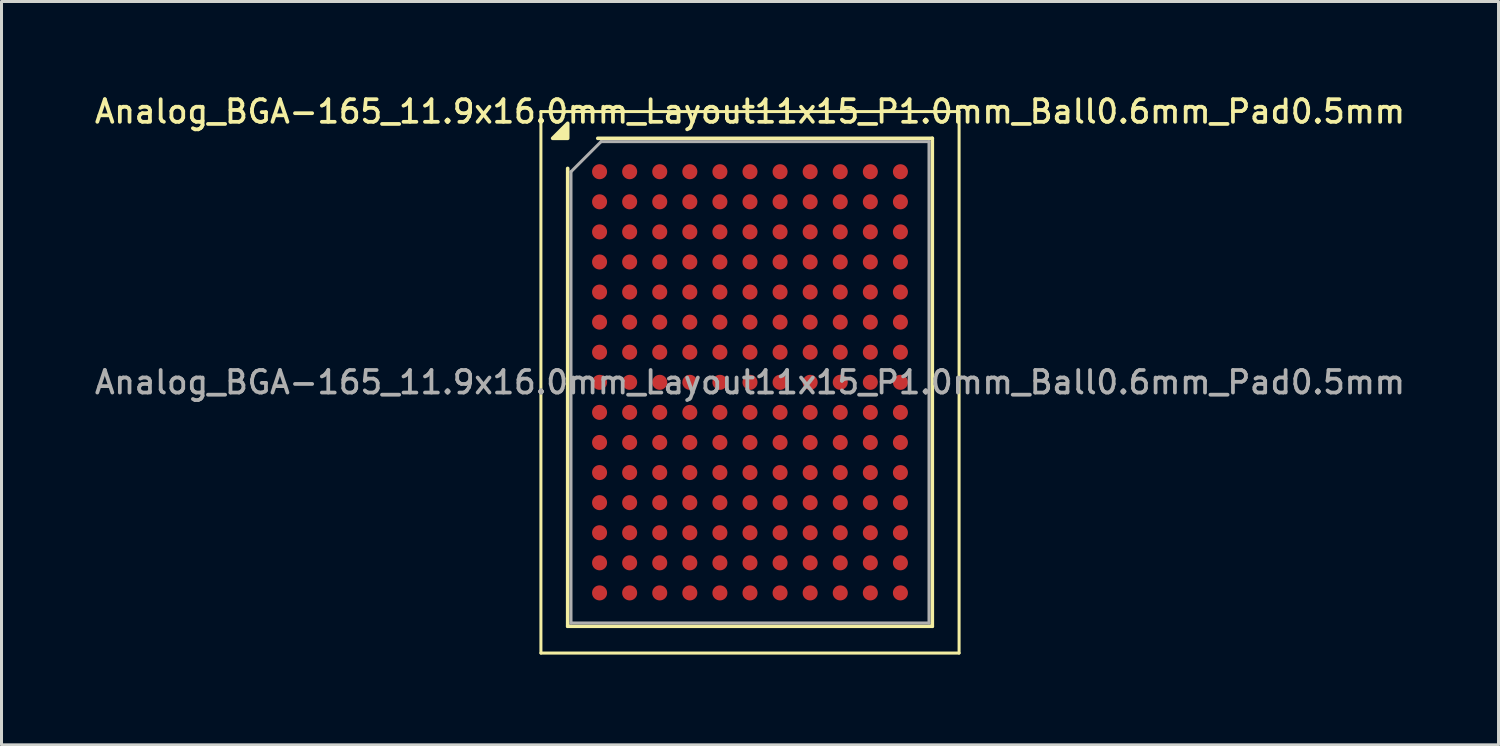
<source format=kicad_pcb>
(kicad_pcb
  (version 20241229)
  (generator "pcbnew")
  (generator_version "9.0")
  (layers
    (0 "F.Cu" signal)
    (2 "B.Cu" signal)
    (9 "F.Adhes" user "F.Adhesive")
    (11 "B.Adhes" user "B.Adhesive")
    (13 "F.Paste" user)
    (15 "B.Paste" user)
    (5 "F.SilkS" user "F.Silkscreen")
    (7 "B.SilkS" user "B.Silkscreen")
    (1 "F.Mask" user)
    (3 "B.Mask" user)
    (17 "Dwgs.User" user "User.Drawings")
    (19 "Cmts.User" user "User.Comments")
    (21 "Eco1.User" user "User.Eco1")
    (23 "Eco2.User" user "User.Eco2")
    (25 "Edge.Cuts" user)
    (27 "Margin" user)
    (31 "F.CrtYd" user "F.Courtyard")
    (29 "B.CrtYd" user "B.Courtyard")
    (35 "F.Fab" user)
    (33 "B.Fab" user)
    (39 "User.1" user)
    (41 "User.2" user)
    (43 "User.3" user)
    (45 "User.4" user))
  (footprint "Analog_BGA-165_11.9x16.0mm_Layout11x15_P1.0mm_Ball0.6mm_Pad0.5mm"
    (layer "F.Cu")
    (at 21.88 9.658)
    (property "Reference" "Analog_BGA-165_11.9x16.0mm_Layout11x15_P1.0mm_Ball0.6mm_Pad0.5mm" (at 0 -9 0) (layer "F.SilkS") (effects (font (size 0.75 0.75) (thickness 0.125))))
    (attr smd)
    (fp_line (start -6.95 -9) (end -6.95 9) (stroke (width 0.1) (type solid)) (layer "F.SilkS"))
    (fp_line (start -6.95 9) (end 6.95 9) (stroke (width 0.1) (type solid)) (layer "F.SilkS"))
    (fp_line (start -6.06 8.11) (end -6.06 -7.11) (stroke (width 0.12) (type solid)) (layer "F.SilkS"))
    (fp_line (start -5.06 -8.11) (end 6.06 -8.11) (stroke (width 0.12) (type solid)) (layer "F.SilkS"))
    (fp_line (start 6.06 -8.11) (end 6.06 8.11) (stroke (width 0.12) (type solid)) (layer "F.SilkS"))
    (fp_line (start 6.06 8.11) (end -6.06 8.11) (stroke (width 0.12) (type solid)) (layer "F.SilkS"))
    (fp_line (start 6.95 -9) (end -6.95 -9) (stroke (width 0.1) (type solid)) (layer "F.SilkS"))
    (fp_line (start 6.95 9) (end 6.95 -9) (stroke (width 0.1) (type solid)) (layer "F.SilkS"))
    (fp_poly (pts (xy -6.06 -8.11) (xy -6.56 -8.11) (xy -6.06 -8.61) (xy -6.06 -8.11)) (stroke (width 0.12) (type solid)) (fill yes) (layer "F.SilkS"))
    (fp_line (start -5.95 -7) (end -4.95 -8) (stroke (width 0.1) (type solid)) (layer "F.Fab"))
    (fp_line (start -5.95 8) (end -5.95 -7) (stroke (width 0.1) (type solid)) (layer "F.Fab"))
    (fp_line (start -4.95 -8) (end 5.95 -8) (stroke (width 0.1) (type solid)) (layer "F.Fab"))
    (fp_line (start 5.95 -8) (end 5.95 8) (stroke (width 0.1) (type solid)) (layer "F.Fab"))
    (fp_line (start 5.95 8) (end -5.95 8) (stroke (width 0.1) (type solid)) (layer "F.Fab"))
    (fp_text user "${REFERENCE}" (at 0 0 0) (layer "F.Fab") (effects (font (size 0.75 0.75) (thickness 0.125))))
    (pad "A1" smd circle (at -5 -7) (size 0.5 0.5) (property pad_prop_bga) (layers "F.Cu" "F.Mask" "F.Paste"))
    (pad "A2" smd circle (at -4 -7) (size 0.5 0.5) (property pad_prop_bga) (layers "F.Cu" "F.Mask" "F.Paste"))
    (pad "A3" smd circle (at -3 -7) (size 0.5 0.5) (property pad_prop_bga) (layers "F.Cu" "F.Mask" "F.Paste"))
    (pad "A4" smd circle (at -2 -7) (size 0.5 0.5) (property pad_prop_bga) (layers "F.Cu" "F.Mask" "F.Paste"))
    (pad "A5" smd circle (at -1 -7) (size 0.5 0.5) (property pad_prop_bga) (layers "F.Cu" "F.Mask" "F.Paste"))
    (pad "A6" smd circle (at 0 -7) (size 0.5 0.5) (property pad_prop_bga) (layers "F.Cu" "F.Mask" "F.Paste"))
    (pad "A7" smd circle (at 1 -7) (size 0.5 0.5) (property pad_prop_bga) (layers "F.Cu" "F.Mask" "F.Paste"))
    (pad "A8" smd circle (at 2 -7) (size 0.5 0.5) (property pad_prop_bga) (layers "F.Cu" "F.Mask" "F.Paste"))
    (pad "A9" smd circle (at 3 -7) (size 0.5 0.5) (property pad_prop_bga) (layers "F.Cu" "F.Mask" "F.Paste"))
    (pad "A10" smd circle (at 4 -7) (size 0.5 0.5) (property pad_prop_bga) (layers "F.Cu" "F.Mask" "F.Paste"))
    (pad "A11" smd circle (at 5 -7) (size 0.5 0.5) (property pad_prop_bga) (layers "F.Cu" "F.Mask" "F.Paste"))
    (pad "B1" smd circle (at -5 -6) (size 0.5 0.5) (property pad_prop_bga) (layers "F.Cu" "F.Mask" "F.Paste"))
    (pad "B2" smd circle (at -4 -6) (size 0.5 0.5) (property pad_prop_bga) (layers "F.Cu" "F.Mask" "F.Paste"))
    (pad "B3" smd circle (at -3 -6) (size 0.5 0.5) (property pad_prop_bga) (layers "F.Cu" "F.Mask" "F.Paste"))
    (pad "B4" smd circle (at -2 -6) (size 0.5 0.5) (property pad_prop_bga) (layers "F.Cu" "F.Mask" "F.Paste"))
    (pad "B5" smd circle (at -1 -6) (size 0.5 0.5) (property pad_prop_bga) (layers "F.Cu" "F.Mask" "F.Paste"))
    (pad "B6" smd circle (at 0 -6) (size 0.5 0.5) (property pad_prop_bga) (layers "F.Cu" "F.Mask" "F.Paste"))
    (pad "B7" smd circle (at 1 -6) (size 0.5 0.5) (property pad_prop_bga) (layers "F.Cu" "F.Mask" "F.Paste"))
    (pad "B8" smd circle (at 2 -6) (size 0.5 0.5) (property pad_prop_bga) (layers "F.Cu" "F.Mask" "F.Paste"))
    (pad "B9" smd circle (at 3 -6) (size 0.5 0.5) (property pad_prop_bga) (layers "F.Cu" "F.Mask" "F.Paste"))
    (pad "B10" smd circle (at 4 -6) (size 0.5 0.5) (property pad_prop_bga) (layers "F.Cu" "F.Mask" "F.Paste"))
    (pad "B11" smd circle (at 5 -6) (size 0.5 0.5) (property pad_prop_bga) (layers "F.Cu" "F.Mask" "F.Paste"))
    (pad "C1" smd circle (at -5 -5) (size 0.5 0.5) (property pad_prop_bga) (layers "F.Cu" "F.Mask" "F.Paste"))
    (pad "C2" smd circle (at -4 -5) (size 0.5 0.5) (property pad_prop_bga) (layers "F.Cu" "F.Mask" "F.Paste"))
    (pad "C3" smd circle (at -3 -5) (size 0.5 0.5) (property pad_prop_bga) (layers "F.Cu" "F.Mask" "F.Paste"))
    (pad "C4" smd circle (at -2 -5) (size 0.5 0.5) (property pad_prop_bga) (layers "F.Cu" "F.Mask" "F.Paste"))
    (pad "C5" smd circle (at -1 -5) (size 0.5 0.5) (property pad_prop_bga) (layers "F.Cu" "F.Mask" "F.Paste"))
    (pad "C6" smd circle (at 0 -5) (size 0.5 0.5) (property pad_prop_bga) (layers "F.Cu" "F.Mask" "F.Paste"))
    (pad "C7" smd circle (at 1 -5) (size 0.5 0.5) (property pad_prop_bga) (layers "F.Cu" "F.Mask" "F.Paste"))
    (pad "C8" smd circle (at 2 -5) (size 0.5 0.5) (property pad_prop_bga) (layers "F.Cu" "F.Mask" "F.Paste"))
    (pad "C9" smd circle (at 3 -5) (size 0.5 0.5) (property pad_prop_bga) (layers "F.Cu" "F.Mask" "F.Paste"))
    (pad "C10" smd circle (at 4 -5) (size 0.5 0.5) (property pad_prop_bga) (layers "F.Cu" "F.Mask" "F.Paste"))
    (pad "C11" smd circle (at 5 -5) (size 0.5 0.5) (property pad_prop_bga) (layers "F.Cu" "F.Mask" "F.Paste"))
    (pad "D1" smd circle (at -5 -4) (size 0.5 0.5) (property pad_prop_bga) (layers "F.Cu" "F.Mask" "F.Paste"))
    (pad "D2" smd circle (at -4 -4) (size 0.5 0.5) (property pad_prop_bga) (layers "F.Cu" "F.Mask" "F.Paste"))
    (pad "D3" smd circle (at -3 -4) (size 0.5 0.5) (property pad_prop_bga) (layers "F.Cu" "F.Mask" "F.Paste"))
    (pad "D4" smd circle (at -2 -4) (size 0.5 0.5) (property pad_prop_bga) (layers "F.Cu" "F.Mask" "F.Paste"))
    (pad "D5" smd circle (at -1 -4) (size 0.5 0.5) (property pad_prop_bga) (layers "F.Cu" "F.Mask" "F.Paste"))
    (pad "D6" smd circle (at 0 -4) (size 0.5 0.5) (property pad_prop_bga) (layers "F.Cu" "F.Mask" "F.Paste"))
    (pad "D7" smd circle (at 1 -4) (size 0.5 0.5) (property pad_prop_bga) (layers "F.Cu" "F.Mask" "F.Paste"))
    (pad "D8" smd circle (at 2 -4) (size 0.5 0.5) (property pad_prop_bga) (layers "F.Cu" "F.Mask" "F.Paste"))
    (pad "D9" smd circle (at 3 -4) (size 0.5 0.5) (property pad_prop_bga) (layers "F.Cu" "F.Mask" "F.Paste"))
    (pad "D10" smd circle (at 4 -4) (size 0.5 0.5) (property pad_prop_bga) (layers "F.Cu" "F.Mask" "F.Paste"))
    (pad "D11" smd circle (at 5 -4) (size 0.5 0.5) (property pad_prop_bga) (layers "F.Cu" "F.Mask" "F.Paste"))
    (pad "E1" smd circle (at -5 -3) (size 0.5 0.5) (property pad_prop_bga) (layers "F.Cu" "F.Mask" "F.Paste"))
    (pad "E2" smd circle (at -4 -3) (size 0.5 0.5) (property pad_prop_bga) (layers "F.Cu" "F.Mask" "F.Paste"))
    (pad "E3" smd circle (at -3 -3) (size 0.5 0.5) (property pad_prop_bga) (layers "F.Cu" "F.Mask" "F.Paste"))
    (pad "E4" smd circle (at -2 -3) (size 0.5 0.5) (property pad_prop_bga) (layers "F.Cu" "F.Mask" "F.Paste"))
    (pad "E5" smd circle (at -1 -3) (size 0.5 0.5) (property pad_prop_bga) (layers "F.Cu" "F.Mask" "F.Paste"))
    (pad "E6" smd circle (at 0 -3) (size 0.5 0.5) (property pad_prop_bga) (layers "F.Cu" "F.Mask" "F.Paste"))
    (pad "E7" smd circle (at 1 -3) (size 0.5 0.5) (property pad_prop_bga) (layers "F.Cu" "F.Mask" "F.Paste"))
    (pad "E8" smd circle (at 2 -3) (size 0.5 0.5) (property pad_prop_bga) (layers "F.Cu" "F.Mask" "F.Paste"))
    (pad "E9" smd circle (at 3 -3) (size 0.5 0.5) (property pad_prop_bga) (layers "F.Cu" "F.Mask" "F.Paste"))
    (pad "E10" smd circle (at 4 -3) (size 0.5 0.5) (property pad_prop_bga) (layers "F.Cu" "F.Mask" "F.Paste"))
    (pad "E11" smd circle (at 5 -3) (size 0.5 0.5) (property pad_prop_bga) (layers "F.Cu" "F.Mask" "F.Paste"))
    (pad "F1" smd circle (at -5 -2) (size 0.5 0.5) (property pad_prop_bga) (layers "F.Cu" "F.Mask" "F.Paste"))
    (pad "F2" smd circle (at -4 -2) (size 0.5 0.5) (property pad_prop_bga) (layers "F.Cu" "F.Mask" "F.Paste"))
    (pad "F3" smd circle (at -3 -2) (size 0.5 0.5) (property pad_prop_bga) (layers "F.Cu" "F.Mask" "F.Paste"))
    (pad "F4" smd circle (at -2 -2) (size 0.5 0.5) (property pad_prop_bga) (layers "F.Cu" "F.Mask" "F.Paste"))
    (pad "F5" smd circle (at -1 -2) (size 0.5 0.5) (property pad_prop_bga) (layers "F.Cu" "F.Mask" "F.Paste"))
    (pad "F6" smd circle (at 0 -2) (size 0.5 0.5) (property pad_prop_bga) (layers "F.Cu" "F.Mask" "F.Paste"))
    (pad "F7" smd circle (at 1 -2) (size 0.5 0.5) (property pad_prop_bga) (layers "F.Cu" "F.Mask" "F.Paste"))
    (pad "F8" smd circle (at 2 -2) (size 0.5 0.5) (property pad_prop_bga) (layers "F.Cu" "F.Mask" "F.Paste"))
    (pad "F9" smd circle (at 3 -2) (size 0.5 0.5) (property pad_prop_bga) (layers "F.Cu" "F.Mask" "F.Paste"))
    (pad "F10" smd circle (at 4 -2) (size 0.5 0.5) (property pad_prop_bga) (layers "F.Cu" "F.Mask" "F.Paste"))
    (pad "F11" smd circle (at 5 -2) (size 0.5 0.5) (property pad_prop_bga) (layers "F.Cu" "F.Mask" "F.Paste"))
    (pad "G1" smd circle (at -5 -1) (size 0.5 0.5) (property pad_prop_bga) (layers "F.Cu" "F.Mask" "F.Paste"))
    (pad "G2" smd circle (at -4 -1) (size 0.5 0.5) (property pad_prop_bga) (layers "F.Cu" "F.Mask" "F.Paste"))
    (pad "G3" smd circle (at -3 -1) (size 0.5 0.5) (property pad_prop_bga) (layers "F.Cu" "F.Mask" "F.Paste"))
    (pad "G4" smd circle (at -2 -1) (size 0.5 0.5) (property pad_prop_bga) (layers "F.Cu" "F.Mask" "F.Paste"))
    (pad "G5" smd circle (at -1 -1) (size 0.5 0.5) (property pad_prop_bga) (layers "F.Cu" "F.Mask" "F.Paste"))
    (pad "G6" smd circle (at 0 -1) (size 0.5 0.5) (property pad_prop_bga) (layers "F.Cu" "F.Mask" "F.Paste"))
    (pad "G7" smd circle (at 1 -1) (size 0.5 0.5) (property pad_prop_bga) (layers "F.Cu" "F.Mask" "F.Paste"))
    (pad "G8" smd circle (at 2 -1) (size 0.5 0.5) (property pad_prop_bga) (layers "F.Cu" "F.Mask" "F.Paste"))
    (pad "G9" smd circle (at 3 -1) (size 0.5 0.5) (property pad_prop_bga) (layers "F.Cu" "F.Mask" "F.Paste"))
    (pad "G10" smd circle (at 4 -1) (size 0.5 0.5) (property pad_prop_bga) (layers "F.Cu" "F.Mask" "F.Paste"))
    (pad "G11" smd circle (at 5 -1) (size 0.5 0.5) (property pad_prop_bga) (layers "F.Cu" "F.Mask" "F.Paste"))
    (pad "H1" smd circle (at -5 0) (size 0.5 0.5) (property pad_prop_bga) (layers "F.Cu" "F.Mask" "F.Paste"))
    (pad "H2" smd circle (at -4 0) (size 0.5 0.5) (property pad_prop_bga) (layers "F.Cu" "F.Mask" "F.Paste"))
    (pad "H3" smd circle (at -3 0) (size 0.5 0.5) (property pad_prop_bga) (layers "F.Cu" "F.Mask" "F.Paste"))
    (pad "H4" smd circle (at -2 0) (size 0.5 0.5) (property pad_prop_bga) (layers "F.Cu" "F.Mask" "F.Paste"))
    (pad "H5" smd circle (at -1 0) (size 0.5 0.5) (property pad_prop_bga) (layers "F.Cu" "F.Mask" "F.Paste"))
    (pad "H6" smd circle (at 0 0) (size 0.5 0.5) (property pad_prop_bga) (layers "F.Cu" "F.Mask" "F.Paste"))
    (pad "H7" smd circle (at 1 0) (size 0.5 0.5) (property pad_prop_bga) (layers "F.Cu" "F.Mask" "F.Paste"))
    (pad "H8" smd circle (at 2 0) (size 0.5 0.5) (property pad_prop_bga) (layers "F.Cu" "F.Mask" "F.Paste"))
    (pad "H9" smd circle (at 3 0) (size 0.5 0.5) (property pad_prop_bga) (layers "F.Cu" "F.Mask" "F.Paste"))
    (pad "H10" smd circle (at 4 0) (size 0.5 0.5) (property pad_prop_bga) (layers "F.Cu" "F.Mask" "F.Paste"))
    (pad "H11" smd circle (at 5 0) (size 0.5 0.5) (property pad_prop_bga) (layers "F.Cu" "F.Mask" "F.Paste"))
    (pad "J1" smd circle (at -5 1) (size 0.5 0.5) (property pad_prop_bga) (layers "F.Cu" "F.Mask" "F.Paste"))
    (pad "J2" smd circle (at -4 1) (size 0.5 0.5) (property pad_prop_bga) (layers "F.Cu" "F.Mask" "F.Paste"))
    (pad "J3" smd circle (at -3 1) (size 0.5 0.5) (property pad_prop_bga) (layers "F.Cu" "F.Mask" "F.Paste"))
    (pad "J4" smd circle (at -2 1) (size 0.5 0.5) (property pad_prop_bga) (layers "F.Cu" "F.Mask" "F.Paste"))
    (pad "J5" smd circle (at -1 1) (size 0.5 0.5) (property pad_prop_bga) (layers "F.Cu" "F.Mask" "F.Paste"))
    (pad "J6" smd circle (at 0 1) (size 0.5 0.5) (property pad_prop_bga) (layers "F.Cu" "F.Mask" "F.Paste"))
    (pad "J7" smd circle (at 1 1) (size 0.5 0.5) (property pad_prop_bga) (layers "F.Cu" "F.Mask" "F.Paste"))
    (pad "J8" smd circle (at 2 1) (size 0.5 0.5) (property pad_prop_bga) (layers "F.Cu" "F.Mask" "F.Paste"))
    (pad "J9" smd circle (at 3 1) (size 0.5 0.5) (property pad_prop_bga) (layers "F.Cu" "F.Mask" "F.Paste"))
    (pad "J10" smd circle (at 4 1) (size 0.5 0.5) (property pad_prop_bga) (layers "F.Cu" "F.Mask" "F.Paste"))
    (pad "J11" smd circle (at 5 1) (size 0.5 0.5) (property pad_prop_bga) (layers "F.Cu" "F.Mask" "F.Paste"))
    (pad "K1" smd circle (at -5 2) (size 0.5 0.5) (property pad_prop_bga) (layers "F.Cu" "F.Mask" "F.Paste"))
    (pad "K2" smd circle (at -4 2) (size 0.5 0.5) (property pad_prop_bga) (layers "F.Cu" "F.Mask" "F.Paste"))
    (pad "K3" smd circle (at -3 2) (size 0.5 0.5) (property pad_prop_bga) (layers "F.Cu" "F.Mask" "F.Paste"))
    (pad "K4" smd circle (at -2 2) (size 0.5 0.5) (property pad_prop_bga) (layers "F.Cu" "F.Mask" "F.Paste"))
    (pad "K5" smd circle (at -1 2) (size 0.5 0.5) (property pad_prop_bga) (layers "F.Cu" "F.Mask" "F.Paste"))
    (pad "K6" smd circle (at 0 2) (size 0.5 0.5) (property pad_prop_bga) (layers "F.Cu" "F.Mask" "F.Paste"))
    (pad "K7" smd circle (at 1 2) (size 0.5 0.5) (property pad_prop_bga) (layers "F.Cu" "F.Mask" "F.Paste"))
    (pad "K8" smd circle (at 2 2) (size 0.5 0.5) (property pad_prop_bga) (layers "F.Cu" "F.Mask" "F.Paste"))
    (pad "K9" smd circle (at 3 2) (size 0.5 0.5) (property pad_prop_bga) (layers "F.Cu" "F.Mask" "F.Paste"))
    (pad "K10" smd circle (at 4 2) (size 0.5 0.5) (property pad_prop_bga) (layers "F.Cu" "F.Mask" "F.Paste"))
    (pad "K11" smd circle (at 5 2) (size 0.5 0.5) (property pad_prop_bga) (layers "F.Cu" "F.Mask" "F.Paste"))
    (pad "L1" smd circle (at -5 3) (size 0.5 0.5) (property pad_prop_bga) (layers "F.Cu" "F.Mask" "F.Paste"))
    (pad "L2" smd circle (at -4 3) (size 0.5 0.5) (property pad_prop_bga) (layers "F.Cu" "F.Mask" "F.Paste"))
    (pad "L3" smd circle (at -3 3) (size 0.5 0.5) (property pad_prop_bga) (layers "F.Cu" "F.Mask" "F.Paste"))
    (pad "L4" smd circle (at -2 3) (size 0.5 0.5) (property pad_prop_bga) (layers "F.Cu" "F.Mask" "F.Paste"))
    (pad "L5" smd circle (at -1 3) (size 0.5 0.5) (property pad_prop_bga) (layers "F.Cu" "F.Mask" "F.Paste"))
    (pad "L6" smd circle (at 0 3) (size 0.5 0.5) (property pad_prop_bga) (layers "F.Cu" "F.Mask" "F.Paste"))
    (pad "L7" smd circle (at 1 3) (size 0.5 0.5) (property pad_prop_bga) (layers "F.Cu" "F.Mask" "F.Paste"))
    (pad "L8" smd circle (at 2 3) (size 0.5 0.5) (property pad_prop_bga) (layers "F.Cu" "F.Mask" "F.Paste"))
    (pad "L9" smd circle (at 3 3) (size 0.5 0.5) (property pad_prop_bga) (layers "F.Cu" "F.Mask" "F.Paste"))
    (pad "L10" smd circle (at 4 3) (size 0.5 0.5) (property pad_prop_bga) (layers "F.Cu" "F.Mask" "F.Paste"))
    (pad "L11" smd circle (at 5 3) (size 0.5 0.5) (property pad_prop_bga) (layers "F.Cu" "F.Mask" "F.Paste"))
    (pad "M1" smd circle (at -5 4) (size 0.5 0.5) (property pad_prop_bga) (layers "F.Cu" "F.Mask" "F.Paste"))
    (pad "M2" smd circle (at -4 4) (size 0.5 0.5) (property pad_prop_bga) (layers "F.Cu" "F.Mask" "F.Paste"))
    (pad "M3" smd circle (at -3 4) (size 0.5 0.5) (property pad_prop_bga) (layers "F.Cu" "F.Mask" "F.Paste"))
    (pad "M4" smd circle (at -2 4) (size 0.5 0.5) (property pad_prop_bga) (layers "F.Cu" "F.Mask" "F.Paste"))
    (pad "M5" smd circle (at -1 4) (size 0.5 0.5) (property pad_prop_bga) (layers "F.Cu" "F.Mask" "F.Paste"))
    (pad "M6" smd circle (at 0 4) (size 0.5 0.5) (property pad_prop_bga) (layers "F.Cu" "F.Mask" "F.Paste"))
    (pad "M7" smd circle (at 1 4) (size 0.5 0.5) (property pad_prop_bga) (layers "F.Cu" "F.Mask" "F.Paste"))
    (pad "M8" smd circle (at 2 4) (size 0.5 0.5) (property pad_prop_bga) (layers "F.Cu" "F.Mask" "F.Paste"))
    (pad "M9" smd circle (at 3 4) (size 0.5 0.5) (property pad_prop_bga) (layers "F.Cu" "F.Mask" "F.Paste"))
    (pad "M10" smd circle (at 4 4) (size 0.5 0.5) (property pad_prop_bga) (layers "F.Cu" "F.Mask" "F.Paste"))
    (pad "M11" smd circle (at 5 4) (size 0.5 0.5) (property pad_prop_bga) (layers "F.Cu" "F.Mask" "F.Paste"))
    (pad "N1" smd circle (at -5 5) (size 0.5 0.5) (property pad_prop_bga) (layers "F.Cu" "F.Mask" "F.Paste"))
    (pad "N2" smd circle (at -4 5) (size 0.5 0.5) (property pad_prop_bga) (layers "F.Cu" "F.Mask" "F.Paste"))
    (pad "N3" smd circle (at -3 5) (size 0.5 0.5) (property pad_prop_bga) (layers "F.Cu" "F.Mask" "F.Paste"))
    (pad "N4" smd circle (at -2 5) (size 0.5 0.5) (property pad_prop_bga) (layers "F.Cu" "F.Mask" "F.Paste"))
    (pad "N5" smd circle (at -1 5) (size 0.5 0.5) (property pad_prop_bga) (layers "F.Cu" "F.Mask" "F.Paste"))
    (pad "N6" smd circle (at 0 5) (size 0.5 0.5) (property pad_prop_bga) (layers "F.Cu" "F.Mask" "F.Paste"))
    (pad "N7" smd circle (at 1 5) (size 0.5 0.5) (property pad_prop_bga) (layers "F.Cu" "F.Mask" "F.Paste"))
    (pad "N8" smd circle (at 2 5) (size 0.5 0.5) (property pad_prop_bga) (layers "F.Cu" "F.Mask" "F.Paste"))
    (pad "N9" smd circle (at 3 5) (size 0.5 0.5) (property pad_prop_bga) (layers "F.Cu" "F.Mask" "F.Paste"))
    (pad "N10" smd circle (at 4 5) (size 0.5 0.5) (property pad_prop_bga) (layers "F.Cu" "F.Mask" "F.Paste"))
    (pad "N11" smd circle (at 5 5) (size 0.5 0.5) (property pad_prop_bga) (layers "F.Cu" "F.Mask" "F.Paste"))
    (pad "P1" smd circle (at -5 6) (size 0.5 0.5) (property pad_prop_bga) (layers "F.Cu" "F.Mask" "F.Paste"))
    (pad "P2" smd circle (at -4 6) (size 0.5 0.5) (property pad_prop_bga) (layers "F.Cu" "F.Mask" "F.Paste"))
    (pad "P3" smd circle (at -3 6) (size 0.5 0.5) (property pad_prop_bga) (layers "F.Cu" "F.Mask" "F.Paste"))
    (pad "P4" smd circle (at -2 6) (size 0.5 0.5) (property pad_prop_bga) (layers "F.Cu" "F.Mask" "F.Paste"))
    (pad "P5" smd circle (at -1 6) (size 0.5 0.5) (property pad_prop_bga) (layers "F.Cu" "F.Mask" "F.Paste"))
    (pad "P6" smd circle (at 0 6) (size 0.5 0.5) (property pad_prop_bga) (layers "F.Cu" "F.Mask" "F.Paste"))
    (pad "P7" smd circle (at 1 6) (size 0.5 0.5) (property pad_prop_bga) (layers "F.Cu" "F.Mask" "F.Paste"))
    (pad "P8" smd circle (at 2 6) (size 0.5 0.5) (property pad_prop_bga) (layers "F.Cu" "F.Mask" "F.Paste"))
    (pad "P9" smd circle (at 3 6) (size 0.5 0.5) (property pad_prop_bga) (layers "F.Cu" "F.Mask" "F.Paste"))
    (pad "P10" smd circle (at 4 6) (size 0.5 0.5) (property pad_prop_bga) (layers "F.Cu" "F.Mask" "F.Paste"))
    (pad "P11" smd circle (at 5 6) (size 0.5 0.5) (property pad_prop_bga) (layers "F.Cu" "F.Mask" "F.Paste"))
    (pad "R1" smd circle (at -5 7) (size 0.5 0.5) (property pad_prop_bga) (layers "F.Cu" "F.Mask" "F.Paste"))
    (pad "R2" smd circle (at -4 7) (size 0.5 0.5) (property pad_prop_bga) (layers "F.Cu" "F.Mask" "F.Paste"))
    (pad "R3" smd circle (at -3 7) (size 0.5 0.5) (property pad_prop_bga) (layers "F.Cu" "F.Mask" "F.Paste"))
    (pad "R4" smd circle (at -2 7) (size 0.5 0.5) (property pad_prop_bga) (layers "F.Cu" "F.Mask" "F.Paste"))
    (pad "R5" smd circle (at -1 7) (size 0.5 0.5) (property pad_prop_bga) (layers "F.Cu" "F.Mask" "F.Paste"))
    (pad "R6" smd circle (at 0 7) (size 0.5 0.5) (property pad_prop_bga) (layers "F.Cu" "F.Mask" "F.Paste"))
    (pad "R7" smd circle (at 1 7) (size 0.5 0.5) (property pad_prop_bga) (layers "F.Cu" "F.Mask" "F.Paste"))
    (pad "R8" smd circle (at 2 7) (size 0.5 0.5) (property pad_prop_bga) (layers "F.Cu" "F.Mask" "F.Paste"))
    (pad "R9" smd circle (at 3 7) (size 0.5 0.5) (property pad_prop_bga) (layers "F.Cu" "F.Mask" "F.Paste"))
    (pad "R10" smd circle (at 4 7) (size 0.5 0.5) (property pad_prop_bga) (layers "F.Cu" "F.Mask" "F.Paste"))
    (pad "R11" smd circle (at 5 7) (size 0.5 0.5) (property pad_prop_bga) (layers "F.Cu" "F.Mask" "F.Paste")))
  (gr_rect
    (start -3 -3)
    (end 46.761 21.708)
    (stroke (width 0.1) (type default))
    (fill no)
    (layer "Edge.Cuts")))
</source>
